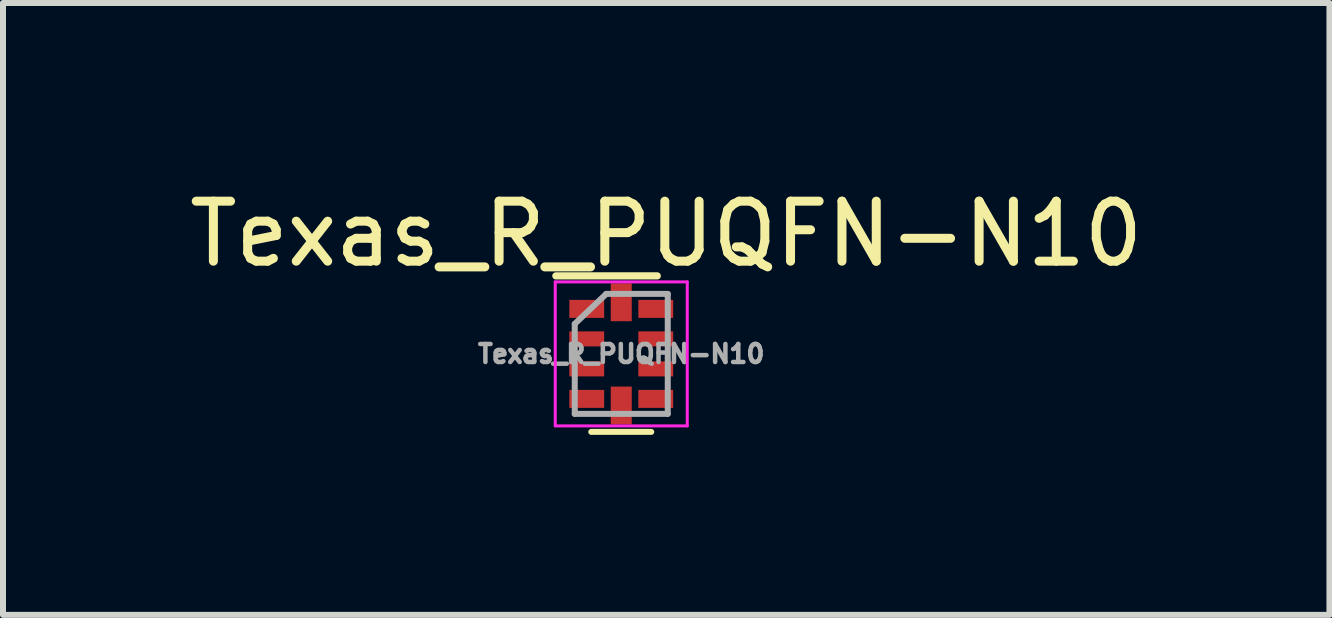
<source format=kicad_pcb>
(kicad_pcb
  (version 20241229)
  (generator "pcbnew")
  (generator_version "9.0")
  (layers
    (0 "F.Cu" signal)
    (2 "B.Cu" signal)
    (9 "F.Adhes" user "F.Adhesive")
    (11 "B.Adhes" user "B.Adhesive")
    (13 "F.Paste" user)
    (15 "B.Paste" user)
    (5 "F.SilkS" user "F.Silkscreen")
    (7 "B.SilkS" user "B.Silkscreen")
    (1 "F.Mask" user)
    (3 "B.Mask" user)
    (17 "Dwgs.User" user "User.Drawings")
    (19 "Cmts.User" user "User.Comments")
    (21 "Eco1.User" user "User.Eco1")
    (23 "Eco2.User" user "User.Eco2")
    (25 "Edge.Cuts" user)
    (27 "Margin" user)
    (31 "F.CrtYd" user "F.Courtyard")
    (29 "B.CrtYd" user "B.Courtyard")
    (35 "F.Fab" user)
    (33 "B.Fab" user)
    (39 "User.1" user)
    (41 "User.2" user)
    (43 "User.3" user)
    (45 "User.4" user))
  (footprint "Texas_R_PUQFN-N10"
    (layer "F.Cu")
    (at 7.304 2.848)
    (property "Reference" "Texas_R_PUQFN-N10" (at 0.75 -2 0) (layer "F.SilkS") (effects (font (size 1 1) (thickness 0.15))))
    (attr smd)
    (fp_line (start 0.5 1.3) (end -0.5 1.3) (stroke (width 0.1) (type solid)) (layer "F.SilkS"))
    (fp_line (start 0.6 -1.3) (end -1.09 -1.3) (stroke (width 0.12) (type solid)) (layer "F.SilkS"))
    (fp_line (start -1.1 -1.2) (end 1.1 -1.2) (stroke (width 0.05) (type solid)) (layer "F.CrtYd"))
    (fp_line (start -1.1 1.2) (end -1.1 -1.2) (stroke (width 0.05) (type solid)) (layer "F.CrtYd"))
    (fp_line (start 1.1 -1.2) (end 1.1 1.2) (stroke (width 0.05) (type solid)) (layer "F.CrtYd"))
    (fp_line (start 1.1 1.2) (end -1.1 1.2) (stroke (width 0.05) (type solid)) (layer "F.CrtYd"))
    (fp_line (start -0.775 -0.5) (end -0.775 1) (stroke (width 0.1) (type solid)) (layer "F.Fab"))
    (fp_line (start -0.775 -0.5) (end -0.25 -1) (stroke (width 0.1) (type solid)) (layer "F.Fab"))
    (fp_line (start -0.25 -1) (end 0.775 -1) (stroke (width 0.1) (type solid)) (layer "F.Fab"))
    (fp_line (start 0.775 -1) (end 0.775 1) (stroke (width 0.1) (type solid)) (layer "F.Fab"))
    (fp_line (start 0.775 1) (end -0.775 1) (stroke (width 0.1) (type solid)) (layer "F.Fab"))
    (fp_text user "${REFERENCE}" (at 0 0 0) (layer "F.Fab") (effects (font (size 0.3 0.3) (thickness 0.075))))
    (pad "1" smd rect (at -0.575 -0.75 270) (size 0.3 0.58) (layers "F.Cu" "F.Mask" "F.Paste"))
    (pad "2" smd rect (at -0.575 -0.25 270) (size 0.25 0.58) (layers "F.Cu" "F.Mask" "F.Paste"))
    (pad "3" smd rect (at -0.575 0.25 270) (size 0.25 0.58) (layers "F.Cu" "F.Mask" "F.Paste"))
    (pad "4" smd rect (at -0.575 0.75 270) (size 0.3 0.58) (layers "F.Cu" "F.Mask" "F.Paste"))
    (pad "5" smd rect (at 0 0.86 270) (size 0.63 0.35) (layers "F.Cu" "F.Mask" "F.Paste"))
    (pad "6" smd rect (at 0.575 0.75 270) (size 0.3 0.58) (layers "F.Cu" "F.Mask" "F.Paste"))
    (pad "7" smd rect (at 0.575 0.25 270) (size 0.25 0.58) (layers "F.Cu" "F.Mask" "F.Paste"))
    (pad "8" smd rect (at 0.575 -0.25 270) (size 0.25 0.58) (layers "F.Cu" "F.Mask" "F.Paste"))
    (pad "9" smd rect (at 0.575 -0.75 270) (size 0.3 0.58) (layers "F.Cu" "F.Mask" "F.Paste"))
    (pad "10" smd rect (at 0 -0.86 270) (size 0.63 0.35) (layers "F.Cu" "F.Mask" "F.Paste")))
  (gr_rect
    (start -3 -3)
    (end 19.107 7.198)
    (stroke (width 0.1) (type default))
    (fill no)
    (layer "Edge.Cuts")))
</source>
